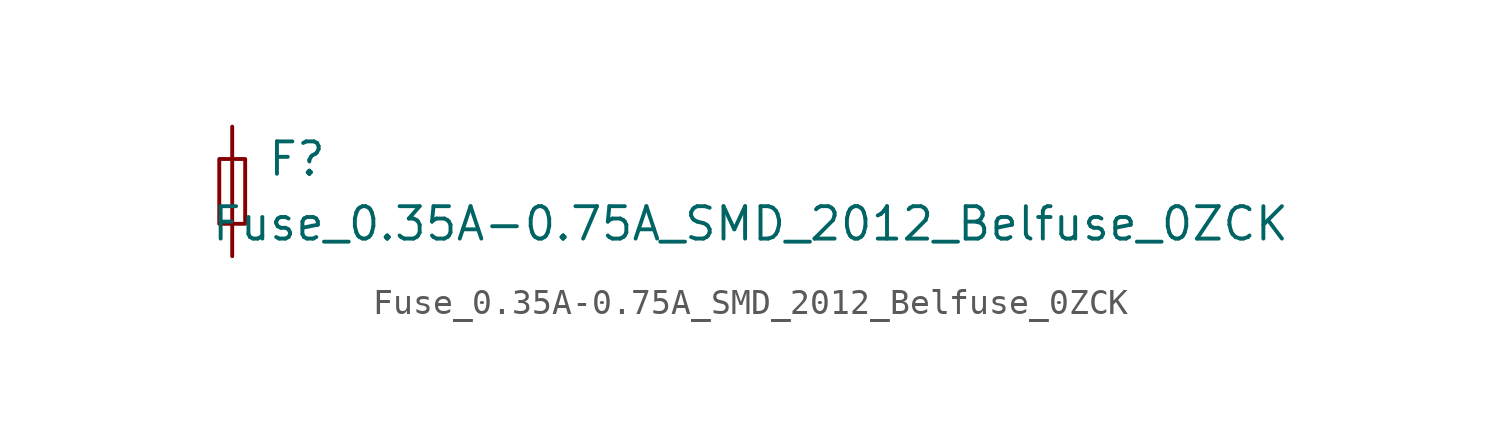
<source format=kicad_sym>
(kicad_symbol_lib
  (version 20211014)
  (generator kicad_symbol_editor)
  (symbol "Fuse_0.35A-0.75A_SMD_2012_Belfuse_0ZCK"
    (pin_numbers hide)
    (pin_names
      (offset 1.27) hide)
    (property "Reference" "F"
      (at 2.54 1.27 0)
      (effects (font (size 1.27 1.27))))
    (property "Value" "Fuse_0.35A-0.75A_SMD_2012_Belfuse_0ZCK"
      (at 20.32 -1.27 0)
      (effects (font (size 1.27 1.27))))
    (symbol "Fuse_0.35A-0.75A_SMD_2012_Belfuse_0ZCK_1_1"
      (rectangle (start -0.508 -1.27) (end 0.508 1.27) (stroke (width 0) (type default) (color 0 0 0 0)) (fill (type none)))
      (polyline (pts (xy 0 -1.27) (xy 0 1.27)) (stroke (width 0) (type default) (color 0 0 0 0)) (fill (type none)))
      (pin passive line (at 0 -2.54 90) (length 1.27) (name "~" (effects (font (size 1.27 1.27)))) (number "1" (effects (font (size 1.27 1.27)))))
      (pin passive line (at 0 2.54 270) (length 1.27) (name "~" (effects (font (size 1.27 1.27)))) (number "2" (effects (font (size 1.27 1.27))))))))
</source>
